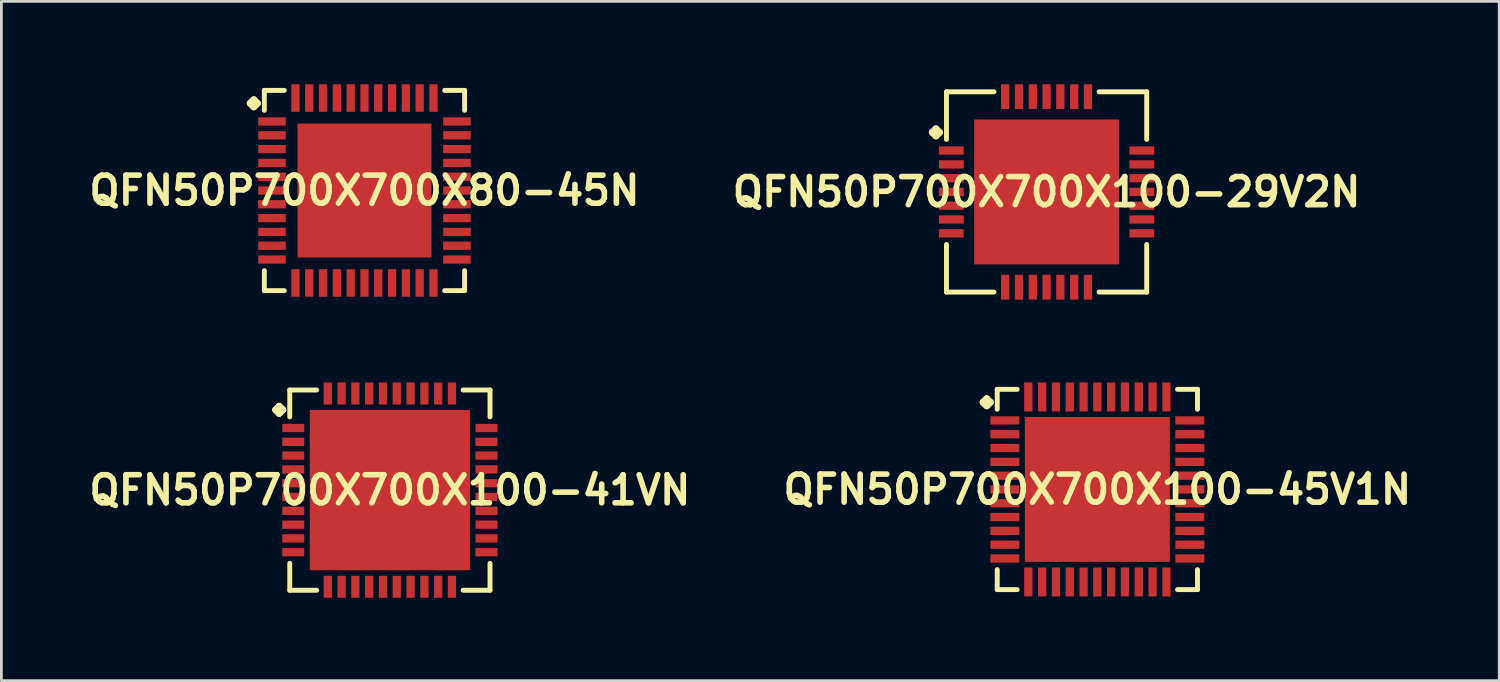
<source format=kicad_pcb>
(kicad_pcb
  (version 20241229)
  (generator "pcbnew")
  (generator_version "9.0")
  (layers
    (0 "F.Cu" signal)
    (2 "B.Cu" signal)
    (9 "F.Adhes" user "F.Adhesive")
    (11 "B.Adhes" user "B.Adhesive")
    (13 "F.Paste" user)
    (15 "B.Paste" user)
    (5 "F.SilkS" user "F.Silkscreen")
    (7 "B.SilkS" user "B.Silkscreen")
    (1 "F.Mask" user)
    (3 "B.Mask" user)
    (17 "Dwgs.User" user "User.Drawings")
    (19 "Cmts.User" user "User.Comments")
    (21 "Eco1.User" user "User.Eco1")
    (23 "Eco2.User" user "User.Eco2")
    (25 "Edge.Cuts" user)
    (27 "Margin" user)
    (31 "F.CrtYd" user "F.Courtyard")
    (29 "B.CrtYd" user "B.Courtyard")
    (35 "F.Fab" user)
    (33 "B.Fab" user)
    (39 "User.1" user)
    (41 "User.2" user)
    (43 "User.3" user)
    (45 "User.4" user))
  (footprint "QFN50P700X700X100-45V1N"
    (layer "F.Cu")
    (at 36.678 14.67)
    (property "Reference" "QFN50P700X700X100-45V1N" (at 0 0 0) (layer "F.SilkS") (effects (font (size 1.016 1.016) (thickness 0.203))))
    (attr smd)
    (fp_line (start -4.133 -3.157) (end -4.006 -3.284) (stroke (width 0.254) (type solid)) (layer "F.SilkS"))
    (fp_line (start -4.006 -3.284) (end -3.879 -3.157) (stroke (width 0.254) (type solid)) (layer "F.SilkS"))
    (fp_line (start -4.006 -3.03) (end -4.133 -3.157) (stroke (width 0.254) (type solid)) (layer "F.SilkS"))
    (fp_line (start -3.879 -3.157) (end -4.006 -3.03) (stroke (width 0.254) (type solid)) (layer "F.SilkS"))
    (fp_line (start -3.625 -3.625) (end -2.903 -3.625) (stroke (width 0.178) (type solid)) (layer "F.SilkS"))
    (fp_line (start -3.625 -2.903) (end -3.625 -3.625) (stroke (width 0.178) (type solid)) (layer "F.SilkS"))
    (fp_line (start -3.625 2.903) (end -3.625 3.625) (stroke (width 0.178) (type solid)) (layer "F.SilkS"))
    (fp_line (start -3.625 3.625) (end -2.903 3.625) (stroke (width 0.178) (type solid)) (layer "F.SilkS"))
    (fp_line (start 2.903 -3.625) (end 3.625 -3.625) (stroke (width 0.178) (type solid)) (layer "F.SilkS"))
    (fp_line (start 2.903 3.625) (end 3.625 3.625) (stroke (width 0.178) (type solid)) (layer "F.SilkS"))
    (fp_line (start 3.625 -3.625) (end 3.625 -2.903) (stroke (width 0.178) (type solid)) (layer "F.SilkS"))
    (fp_line (start 3.625 3.625) (end 3.625 2.903) (stroke (width 0.178) (type solid)) (layer "F.SilkS"))
    (pad "1" smd rect (at -3.348 -2.499) (size 1.049 0.3) (layers "F.Cu" "F.Mask" "F.Paste"))
    (pad "2" smd rect (at -3.348 -1.999) (size 1.049 0.3) (layers "F.Cu" "F.Mask" "F.Paste"))
    (pad "3" smd rect (at -3.348 -1.499) (size 1.049 0.3) (layers "F.Cu" "F.Mask" "F.Paste"))
    (pad "4" smd rect (at -3.348 -0.998) (size 1.049 0.3) (layers "F.Cu" "F.Mask" "F.Paste"))
    (pad "5" smd rect (at -3.348 -0.498) (size 1.049 0.3) (layers "F.Cu" "F.Mask" "F.Paste"))
    (pad "6" smd rect (at -3.348 0) (size 1.049 0.3) (layers "F.Cu" "F.Mask" "F.Paste"))
    (pad "7" smd rect (at -3.348 0.498) (size 1.049 0.3) (layers "F.Cu" "F.Mask" "F.Paste"))
    (pad "8" smd rect (at -3.348 0.998) (size 1.049 0.3) (layers "F.Cu" "F.Mask" "F.Paste"))
    (pad "9" smd rect (at -3.348 1.499) (size 1.049 0.3) (layers "F.Cu" "F.Mask" "F.Paste"))
    (pad "10" smd rect (at -3.348 1.999) (size 1.049 0.3) (layers "F.Cu" "F.Mask" "F.Paste"))
    (pad "11" smd rect (at -3.348 2.499) (size 1.049 0.3) (layers "F.Cu" "F.Mask" "F.Paste"))
    (pad "12" smd rect (at -2.499 3.348) (size 0.3 1.049) (layers "F.Cu" "F.Mask" "F.Paste"))
    (pad "13" smd rect (at -1.999 3.348) (size 0.3 1.049) (layers "F.Cu" "F.Mask" "F.Paste"))
    (pad "14" smd rect (at -1.499 3.348) (size 0.3 1.049) (layers "F.Cu" "F.Mask" "F.Paste"))
    (pad "15" smd rect (at -0.998 3.348) (size 0.3 1.049) (layers "F.Cu" "F.Mask" "F.Paste"))
    (pad "16" smd rect (at -0.498 3.348) (size 0.3 1.049) (layers "F.Cu" "F.Mask" "F.Paste"))
    (pad "17" smd rect (at 0 3.348) (size 0.3 1.049) (layers "F.Cu" "F.Mask" "F.Paste"))
    (pad "18" smd rect (at 0.498 3.348) (size 0.3 1.049) (layers "F.Cu" "F.Mask" "F.Paste"))
    (pad "19" smd rect (at 0.998 3.348) (size 0.3 1.049) (layers "F.Cu" "F.Mask" "F.Paste"))
    (pad "20" smd rect (at 1.499 3.348) (size 0.3 1.049) (layers "F.Cu" "F.Mask" "F.Paste"))
    (pad "21" smd rect (at 1.999 3.348) (size 0.3 1.049) (layers "F.Cu" "F.Mask" "F.Paste"))
    (pad "22" smd rect (at 2.499 3.348) (size 0.3 1.049) (layers "F.Cu" "F.Mask" "F.Paste"))
    (pad "23" smd rect (at 3.348 2.499) (size 1.049 0.3) (layers "F.Cu" "F.Mask" "F.Paste"))
    (pad "24" smd rect (at 3.348 1.999) (size 1.049 0.3) (layers "F.Cu" "F.Mask" "F.Paste"))
    (pad "25" smd rect (at 3.348 1.499) (size 1.049 0.3) (layers "F.Cu" "F.Mask" "F.Paste"))
    (pad "26" smd rect (at 3.348 0.998) (size 1.049 0.3) (layers "F.Cu" "F.Mask" "F.Paste"))
    (pad "27" smd rect (at 3.348 0.498) (size 1.049 0.3) (layers "F.Cu" "F.Mask" "F.Paste"))
    (pad "28" smd rect (at 3.348 0) (size 1.049 0.3) (layers "F.Cu" "F.Mask" "F.Paste"))
    (pad "29" smd rect (at 3.348 -0.498) (size 1.049 0.3) (layers "F.Cu" "F.Mask" "F.Paste"))
    (pad "30" smd rect (at 3.348 -0.998) (size 1.049 0.3) (layers "F.Cu" "F.Mask" "F.Paste"))
    (pad "31" smd rect (at 3.348 -1.499) (size 1.049 0.3) (layers "F.Cu" "F.Mask" "F.Paste"))
    (pad "32" smd rect (at 3.348 -1.999) (size 1.049 0.3) (layers "F.Cu" "F.Mask" "F.Paste"))
    (pad "33" smd rect (at 3.348 -2.499) (size 1.049 0.3) (layers "F.Cu" "F.Mask" "F.Paste"))
    (pad "34" smd rect (at 2.499 -3.348) (size 0.3 1.049) (layers "F.Cu" "F.Mask" "F.Paste"))
    (pad "35" smd rect (at 1.999 -3.348) (size 0.3 1.049) (layers "F.Cu" "F.Mask" "F.Paste"))
    (pad "36" smd rect (at 1.499 -3.348) (size 0.3 1.049) (layers "F.Cu" "F.Mask" "F.Paste"))
    (pad "37" smd rect (at 0.998 -3.348) (size 0.3 1.049) (layers "F.Cu" "F.Mask" "F.Paste"))
    (pad "38" smd rect (at 0.498 -3.348) (size 0.3 1.049) (layers "F.Cu" "F.Mask" "F.Paste"))
    (pad "39" smd rect (at 0 -3.348) (size 0.3 1.049) (layers "F.Cu" "F.Mask" "F.Paste"))
    (pad "40" smd rect (at -0.498 -3.348) (size 0.3 1.049) (layers "F.Cu" "F.Mask" "F.Paste"))
    (pad "41" smd rect (at -0.998 -3.348) (size 0.3 1.049) (layers "F.Cu" "F.Mask" "F.Paste"))
    (pad "42" smd rect (at -1.499 -3.348) (size 0.3 1.049) (layers "F.Cu" "F.Mask" "F.Paste"))
    (pad "43" smd rect (at -1.999 -3.348) (size 0.3 1.049) (layers "F.Cu" "F.Mask" "F.Paste"))
    (pad "44" smd rect (at -2.499 -3.348) (size 0.3 1.049) (layers "F.Cu" "F.Mask" "F.Paste"))
    (pad "45" smd rect (at 0 0) (size 5.248 5.248) (layers "F.Cu" "F.Mask" "F.Paste")))
  (footprint "QFN50P700X700X100-29V2N"
    (layer "F.Cu")
    (at 34.84 3.899)
    (property "Reference" "QFN50P700X700X100-29V2N" (at 0 0 0) (layer "F.SilkS") (effects (font (size 1.016 1.016) (thickness 0.203))))
    (attr smd)
    (fp_line (start -4.133 -2.156) (end -4.006 -2.283) (stroke (width 0.254) (type solid)) (layer "F.SilkS"))
    (fp_line (start -4.006 -2.283) (end -3.879 -2.156) (stroke (width 0.254) (type solid)) (layer "F.SilkS"))
    (fp_line (start -4.006 -2.029) (end -4.133 -2.156) (stroke (width 0.254) (type solid)) (layer "F.SilkS"))
    (fp_line (start -3.879 -2.156) (end -4.006 -2.029) (stroke (width 0.254) (type solid)) (layer "F.SilkS"))
    (fp_line (start -3.625 -3.625) (end -1.902 -3.625) (stroke (width 0.178) (type solid)) (layer "F.SilkS"))
    (fp_line (start -3.625 -1.902) (end -3.625 -3.625) (stroke (width 0.178) (type solid)) (layer "F.SilkS"))
    (fp_line (start -3.625 1.902) (end -3.625 3.625) (stroke (width 0.178) (type solid)) (layer "F.SilkS"))
    (fp_line (start -3.625 3.625) (end -1.902 3.625) (stroke (width 0.178) (type solid)) (layer "F.SilkS"))
    (fp_line (start 1.902 -3.625) (end 3.625 -3.625) (stroke (width 0.178) (type solid)) (layer "F.SilkS"))
    (fp_line (start 1.902 3.625) (end 3.625 3.625) (stroke (width 0.178) (type solid)) (layer "F.SilkS"))
    (fp_line (start 3.625 -3.625) (end 3.625 -1.902) (stroke (width 0.178) (type solid)) (layer "F.SilkS"))
    (fp_line (start 3.625 3.625) (end 3.625 1.902) (stroke (width 0.178) (type solid)) (layer "F.SilkS"))
    (pad "1" smd rect (at -3.449 -1.499) (size 0.899 0.3) (layers "F.Cu" "F.Mask" "F.Paste"))
    (pad "2" smd rect (at -3.449 -0.998) (size 0.899 0.3) (layers "F.Cu" "F.Mask" "F.Paste"))
    (pad "3" smd rect (at -3.449 -0.498) (size 0.899 0.3) (layers "F.Cu" "F.Mask" "F.Paste"))
    (pad "4" smd rect (at -3.449 0) (size 0.899 0.3) (layers "F.Cu" "F.Mask" "F.Paste"))
    (pad "5" smd rect (at -3.449 0.498) (size 0.899 0.3) (layers "F.Cu" "F.Mask" "F.Paste"))
    (pad "6" smd rect (at -3.449 0.998) (size 0.899 0.3) (layers "F.Cu" "F.Mask" "F.Paste"))
    (pad "7" smd rect (at -3.449 1.499) (size 0.899 0.3) (layers "F.Cu" "F.Mask" "F.Paste"))
    (pad "8" smd rect (at -1.499 3.449) (size 0.3 0.899) (layers "F.Cu" "F.Mask" "F.Paste"))
    (pad "9" smd rect (at -0.998 3.449) (size 0.3 0.899) (layers "F.Cu" "F.Mask" "F.Paste"))
    (pad "10" smd rect (at -0.498 3.449) (size 0.3 0.899) (layers "F.Cu" "F.Mask" "F.Paste"))
    (pad "11" smd rect (at 0 3.449) (size 0.3 0.899) (layers "F.Cu" "F.Mask" "F.Paste"))
    (pad "12" smd rect (at 0.498 3.449) (size 0.3 0.899) (layers "F.Cu" "F.Mask" "F.Paste"))
    (pad "13" smd rect (at 0.998 3.449) (size 0.3 0.899) (layers "F.Cu" "F.Mask" "F.Paste"))
    (pad "14" smd rect (at 1.499 3.449) (size 0.3 0.899) (layers "F.Cu" "F.Mask" "F.Paste"))
    (pad "15" smd rect (at 3.449 1.499) (size 0.899 0.3) (layers "F.Cu" "F.Mask" "F.Paste"))
    (pad "16" smd rect (at 3.449 0.998) (size 0.899 0.3) (layers "F.Cu" "F.Mask" "F.Paste"))
    (pad "17" smd rect (at 3.449 0.498) (size 0.899 0.3) (layers "F.Cu" "F.Mask" "F.Paste"))
    (pad "18" smd rect (at 3.449 0) (size 0.899 0.3) (layers "F.Cu" "F.Mask" "F.Paste"))
    (pad "19" smd rect (at 3.449 -0.498) (size 0.899 0.3) (layers "F.Cu" "F.Mask" "F.Paste"))
    (pad "20" smd rect (at 3.449 -0.998) (size 0.899 0.3) (layers "F.Cu" "F.Mask" "F.Paste"))
    (pad "21" smd rect (at 3.449 -1.499) (size 0.899 0.3) (layers "F.Cu" "F.Mask" "F.Paste"))
    (pad "22" smd rect (at 1.499 -3.449) (size 0.3 0.899) (layers "F.Cu" "F.Mask" "F.Paste"))
    (pad "23" smd rect (at 0.998 -3.449) (size 0.3 0.899) (layers "F.Cu" "F.Mask" "F.Paste"))
    (pad "24" smd rect (at 0.498 -3.449) (size 0.3 0.899) (layers "F.Cu" "F.Mask" "F.Paste"))
    (pad "25" smd rect (at 0 -3.449) (size 0.3 0.899) (layers "F.Cu" "F.Mask" "F.Paste"))
    (pad "26" smd rect (at -0.498 -3.449) (size 0.3 0.899) (layers "F.Cu" "F.Mask" "F.Paste"))
    (pad "27" smd rect (at -0.998 -3.449) (size 0.3 0.899) (layers "F.Cu" "F.Mask" "F.Paste"))
    (pad "28" smd rect (at -1.499 -3.449) (size 0.3 0.899) (layers "F.Cu" "F.Mask" "F.Paste"))
    (pad "29" smd rect (at 0 0) (size 5.248 5.248) (layers "F.Cu" "F.Mask" "F.Paste")))
  (footprint "QFN50P700X700X80-45N"
    (layer "F.Cu")
    (at 10.145 3.847)
    (property "Reference" "QFN50P700X700X80-45N" (at 0 0 0) (layer "F.SilkS") (effects (font (size 1.016 1.016) (thickness 0.203))))
    (attr smd)
    (fp_line (start -4.133 -3.157) (end -4.006 -3.284) (stroke (width 0.254) (type solid)) (layer "F.SilkS"))
    (fp_line (start -4.006 -3.284) (end -3.879 -3.157) (stroke (width 0.254) (type solid)) (layer "F.SilkS"))
    (fp_line (start -4.006 -3.03) (end -4.133 -3.157) (stroke (width 0.254) (type solid)) (layer "F.SilkS"))
    (fp_line (start -3.879 -3.157) (end -4.006 -3.03) (stroke (width 0.254) (type solid)) (layer "F.SilkS"))
    (fp_line (start -3.625 -3.625) (end -2.903 -3.625) (stroke (width 0.178) (type solid)) (layer "F.SilkS"))
    (fp_line (start -3.625 -2.903) (end -3.625 -3.625) (stroke (width 0.178) (type solid)) (layer "F.SilkS"))
    (fp_line (start -3.625 2.903) (end -3.625 3.625) (stroke (width 0.178) (type solid)) (layer "F.SilkS"))
    (fp_line (start -3.625 3.625) (end -2.903 3.625) (stroke (width 0.178) (type solid)) (layer "F.SilkS"))
    (fp_line (start 2.903 -3.625) (end 3.625 -3.625) (stroke (width 0.178) (type solid)) (layer "F.SilkS"))
    (fp_line (start 2.903 3.625) (end 3.625 3.625) (stroke (width 0.178) (type solid)) (layer "F.SilkS"))
    (fp_line (start 3.625 -3.625) (end 3.625 -2.903) (stroke (width 0.178) (type solid)) (layer "F.SilkS"))
    (fp_line (start 3.625 3.625) (end 3.625 2.903) (stroke (width 0.178) (type solid)) (layer "F.SilkS"))
    (pad "1" smd rect (at -3.348 -2.499) (size 0.998 0.3) (layers "F.Cu" "F.Mask" "F.Paste"))
    (pad "2" smd rect (at -3.348 -1.999) (size 0.998 0.3) (layers "F.Cu" "F.Mask" "F.Paste"))
    (pad "3" smd rect (at -3.348 -1.499) (size 0.998 0.3) (layers "F.Cu" "F.Mask" "F.Paste"))
    (pad "4" smd rect (at -3.348 -0.998) (size 0.998 0.3) (layers "F.Cu" "F.Mask" "F.Paste"))
    (pad "5" smd rect (at -3.348 -0.498) (size 0.998 0.3) (layers "F.Cu" "F.Mask" "F.Paste"))
    (pad "6" smd rect (at -3.348 0) (size 0.998 0.3) (layers "F.Cu" "F.Mask" "F.Paste"))
    (pad "7" smd rect (at -3.348 0.498) (size 0.998 0.3) (layers "F.Cu" "F.Mask" "F.Paste"))
    (pad "8" smd rect (at -3.348 0.998) (size 0.998 0.3) (layers "F.Cu" "F.Mask" "F.Paste"))
    (pad "9" smd rect (at -3.348 1.499) (size 0.998 0.3) (layers "F.Cu" "F.Mask" "F.Paste"))
    (pad "10" smd rect (at -3.348 1.999) (size 0.998 0.3) (layers "F.Cu" "F.Mask" "F.Paste"))
    (pad "11" smd rect (at -3.348 2.499) (size 0.998 0.3) (layers "F.Cu" "F.Mask" "F.Paste"))
    (pad "12" smd rect (at -2.499 3.348) (size 0.3 0.998) (layers "F.Cu" "F.Mask" "F.Paste"))
    (pad "13" smd rect (at -1.999 3.348) (size 0.3 0.998) (layers "F.Cu" "F.Mask" "F.Paste"))
    (pad "14" smd rect (at -1.499 3.348) (size 0.3 0.998) (layers "F.Cu" "F.Mask" "F.Paste"))
    (pad "15" smd rect (at -0.998 3.348) (size 0.3 0.998) (layers "F.Cu" "F.Mask" "F.Paste"))
    (pad "16" smd rect (at -0.498 3.348) (size 0.3 0.998) (layers "F.Cu" "F.Mask" "F.Paste"))
    (pad "17" smd rect (at 0 3.348) (size 0.3 0.998) (layers "F.Cu" "F.Mask" "F.Paste"))
    (pad "18" smd rect (at 0.498 3.348) (size 0.3 0.998) (layers "F.Cu" "F.Mask" "F.Paste"))
    (pad "19" smd rect (at 0.998 3.348) (size 0.3 0.998) (layers "F.Cu" "F.Mask" "F.Paste"))
    (pad "20" smd rect (at 1.499 3.348) (size 0.3 0.998) (layers "F.Cu" "F.Mask" "F.Paste"))
    (pad "21" smd rect (at 1.999 3.348) (size 0.3 0.998) (layers "F.Cu" "F.Mask" "F.Paste"))
    (pad "22" smd rect (at 2.499 3.348) (size 0.3 0.998) (layers "F.Cu" "F.Mask" "F.Paste"))
    (pad "23" smd rect (at 3.348 2.499) (size 0.998 0.3) (layers "F.Cu" "F.Mask" "F.Paste"))
    (pad "24" smd rect (at 3.348 1.999) (size 0.998 0.3) (layers "F.Cu" "F.Mask" "F.Paste"))
    (pad "25" smd rect (at 3.348 1.499) (size 0.998 0.3) (layers "F.Cu" "F.Mask" "F.Paste"))
    (pad "26" smd rect (at 3.348 0.998) (size 0.998 0.3) (layers "F.Cu" "F.Mask" "F.Paste"))
    (pad "27" smd rect (at 3.348 0.498) (size 0.998 0.3) (layers "F.Cu" "F.Mask" "F.Paste"))
    (pad "28" smd rect (at 3.348 0) (size 0.998 0.3) (layers "F.Cu" "F.Mask" "F.Paste"))
    (pad "29" smd rect (at 3.348 -0.498) (size 0.998 0.3) (layers "F.Cu" "F.Mask" "F.Paste"))
    (pad "30" smd rect (at 3.348 -0.998) (size 0.998 0.3) (layers "F.Cu" "F.Mask" "F.Paste"))
    (pad "31" smd rect (at 3.348 -1.499) (size 0.998 0.3) (layers "F.Cu" "F.Mask" "F.Paste"))
    (pad "32" smd rect (at 3.348 -1.999) (size 0.998 0.3) (layers "F.Cu" "F.Mask" "F.Paste"))
    (pad "33" smd rect (at 3.348 -2.499) (size 0.998 0.3) (layers "F.Cu" "F.Mask" "F.Paste"))
    (pad "34" smd rect (at 2.499 -3.348) (size 0.3 0.998) (layers "F.Cu" "F.Mask" "F.Paste"))
    (pad "35" smd rect (at 1.999 -3.348) (size 0.3 0.998) (layers "F.Cu" "F.Mask" "F.Paste"))
    (pad "36" smd rect (at 1.499 -3.348) (size 0.3 0.998) (layers "F.Cu" "F.Mask" "F.Paste"))
    (pad "37" smd rect (at 0.998 -3.348) (size 0.3 0.998) (layers "F.Cu" "F.Mask" "F.Paste"))
    (pad "38" smd rect (at 0.498 -3.348) (size 0.3 0.998) (layers "F.Cu" "F.Mask" "F.Paste"))
    (pad "39" smd rect (at 0 -3.348) (size 0.3 0.998) (layers "F.Cu" "F.Mask" "F.Paste"))
    (pad "40" smd rect (at -0.498 -3.348) (size 0.3 0.998) (layers "F.Cu" "F.Mask" "F.Paste"))
    (pad "41" smd rect (at -0.998 -3.348) (size 0.3 0.998) (layers "F.Cu" "F.Mask" "F.Paste"))
    (pad "42" smd rect (at -1.499 -3.348) (size 0.3 0.998) (layers "F.Cu" "F.Mask" "F.Paste"))
    (pad "43" smd rect (at -1.999 -3.348) (size 0.3 0.998) (layers "F.Cu" "F.Mask" "F.Paste"))
    (pad "44" smd rect (at -2.499 -3.348) (size 0.3 0.998) (layers "F.Cu" "F.Mask" "F.Paste"))
    (pad "45" smd rect (at 0 0) (size 4.849 4.849) (layers "F.Cu" "F.Mask" "F.Paste")))
  (footprint "QFN50P700X700X100-41VN"
    (layer "F.Cu")
    (at 11.065 14.694)
    (property "Reference" "QFN50P700X700X100-41VN" (at 0 0 0) (layer "F.SilkS") (effects (font (size 1.016 1.016) (thickness 0.203))))
    (attr smd)
    (fp_line (start -4.133 -2.906) (end -4.006 -3.033) (stroke (width 0.254) (type solid)) (layer "F.SilkS"))
    (fp_line (start -4.006 -3.033) (end -3.879 -2.906) (stroke (width 0.254) (type solid)) (layer "F.SilkS"))
    (fp_line (start -4.006 -2.779) (end -4.133 -2.906) (stroke (width 0.254) (type solid)) (layer "F.SilkS"))
    (fp_line (start -3.879 -2.906) (end -4.006 -2.779) (stroke (width 0.254) (type solid)) (layer "F.SilkS"))
    (fp_line (start -3.625 -3.625) (end -2.652 -3.625) (stroke (width 0.178) (type solid)) (layer "F.SilkS"))
    (fp_line (start -3.625 -2.652) (end -3.625 -3.625) (stroke (width 0.178) (type solid)) (layer "F.SilkS"))
    (fp_line (start -3.625 2.652) (end -3.625 3.625) (stroke (width 0.178) (type solid)) (layer "F.SilkS"))
    (fp_line (start -3.625 3.625) (end -2.652 3.625) (stroke (width 0.178) (type solid)) (layer "F.SilkS"))
    (fp_line (start 2.652 -3.625) (end 3.625 -3.625) (stroke (width 0.178) (type solid)) (layer "F.SilkS"))
    (fp_line (start 2.652 3.625) (end 3.625 3.625) (stroke (width 0.178) (type solid)) (layer "F.SilkS"))
    (fp_line (start 3.625 -3.625) (end 3.625 -2.652) (stroke (width 0.178) (type solid)) (layer "F.SilkS"))
    (fp_line (start 3.625 3.625) (end 3.625 2.652) (stroke (width 0.178) (type solid)) (layer "F.SilkS"))
    (pad "1" smd rect (at -3.498 -2.248) (size 0.798 0.3) (layers "F.Cu" "F.Mask" "F.Paste"))
    (pad "2" smd rect (at -3.498 -1.748) (size 0.798 0.3) (layers "F.Cu" "F.Mask" "F.Paste"))
    (pad "3" smd rect (at -3.498 -1.25) (size 0.798 0.3) (layers "F.Cu" "F.Mask" "F.Paste"))
    (pad "4" smd rect (at -3.498 -0.749) (size 0.798 0.3) (layers "F.Cu" "F.Mask" "F.Paste"))
    (pad "5" smd rect (at -3.498 -0.249) (size 0.798 0.3) (layers "F.Cu" "F.Mask" "F.Paste"))
    (pad "6" smd rect (at -3.498 0.249) (size 0.798 0.3) (layers "F.Cu" "F.Mask" "F.Paste"))
    (pad "7" smd rect (at -3.498 0.749) (size 0.798 0.3) (layers "F.Cu" "F.Mask" "F.Paste"))
    (pad "8" smd rect (at -3.498 1.25) (size 0.798 0.3) (layers "F.Cu" "F.Mask" "F.Paste"))
    (pad "9" smd rect (at -3.498 1.748) (size 0.798 0.3) (layers "F.Cu" "F.Mask" "F.Paste"))
    (pad "10" smd rect (at -3.498 2.248) (size 0.798 0.3) (layers "F.Cu" "F.Mask" "F.Paste"))
    (pad "11" smd rect (at -2.248 3.498) (size 0.3 0.798) (layers "F.Cu" "F.Mask" "F.Paste"))
    (pad "12" smd rect (at -1.748 3.498) (size 0.3 0.798) (layers "F.Cu" "F.Mask" "F.Paste"))
    (pad "13" smd rect (at -1.25 3.498) (size 0.3 0.798) (layers "F.Cu" "F.Mask" "F.Paste"))
    (pad "14" smd rect (at -0.749 3.498) (size 0.3 0.798) (layers "F.Cu" "F.Mask" "F.Paste"))
    (pad "15" smd rect (at -0.249 3.498) (size 0.3 0.798) (layers "F.Cu" "F.Mask" "F.Paste"))
    (pad "16" smd rect (at 0.249 3.498) (size 0.3 0.798) (layers "F.Cu" "F.Mask" "F.Paste"))
    (pad "17" smd rect (at 0.749 3.498) (size 0.3 0.798) (layers "F.Cu" "F.Mask" "F.Paste"))
    (pad "18" smd rect (at 1.25 3.498) (size 0.3 0.798) (layers "F.Cu" "F.Mask" "F.Paste"))
    (pad "19" smd rect (at 1.748 3.498) (size 0.3 0.798) (layers "F.Cu" "F.Mask" "F.Paste"))
    (pad "20" smd rect (at 2.248 3.498) (size 0.3 0.798) (layers "F.Cu" "F.Mask" "F.Paste"))
    (pad "21" smd rect (at 3.498 2.248) (size 0.798 0.3) (layers "F.Cu" "F.Mask" "F.Paste"))
    (pad "22" smd rect (at 3.498 1.748) (size 0.798 0.3) (layers "F.Cu" "F.Mask" "F.Paste"))
    (pad "23" smd rect (at 3.498 1.25) (size 0.798 0.3) (layers "F.Cu" "F.Mask" "F.Paste"))
    (pad "24" smd rect (at 3.498 0.749) (size 0.798 0.3) (layers "F.Cu" "F.Mask" "F.Paste"))
    (pad "25" smd rect (at 3.498 0.249) (size 0.798 0.3) (layers "F.Cu" "F.Mask" "F.Paste"))
    (pad "26" smd rect (at 3.498 -0.249) (size 0.798 0.3) (layers "F.Cu" "F.Mask" "F.Paste"))
    (pad "27" smd rect (at 3.498 -0.749) (size 0.798 0.3) (layers "F.Cu" "F.Mask" "F.Paste"))
    (pad "28" smd rect (at 3.498 -1.25) (size 0.798 0.3) (layers "F.Cu" "F.Mask" "F.Paste"))
    (pad "29" smd rect (at 3.498 -1.748) (size 0.798 0.3) (layers "F.Cu" "F.Mask" "F.Paste"))
    (pad "30" smd rect (at 3.498 -2.248) (size 0.798 0.3) (layers "F.Cu" "F.Mask" "F.Paste"))
    (pad "31" smd rect (at 2.248 -3.498) (size 0.3 0.798) (layers "F.Cu" "F.Mask" "F.Paste"))
    (pad "32" smd rect (at 1.748 -3.498) (size 0.3 0.798) (layers "F.Cu" "F.Mask" "F.Paste"))
    (pad "33" smd rect (at 1.25 -3.498) (size 0.3 0.798) (layers "F.Cu" "F.Mask" "F.Paste"))
    (pad "34" smd rect (at 0.749 -3.498) (size 0.3 0.798) (layers "F.Cu" "F.Mask" "F.Paste"))
    (pad "35" smd rect (at 0.249 -3.498) (size 0.3 0.798) (layers "F.Cu" "F.Mask" "F.Paste"))
    (pad "36" smd rect (at -0.249 -3.498) (size 0.3 0.798) (layers "F.Cu" "F.Mask" "F.Paste"))
    (pad "37" smd rect (at -0.749 -3.498) (size 0.3 0.798) (layers "F.Cu" "F.Mask" "F.Paste"))
    (pad "38" smd rect (at -1.25 -3.498) (size 0.3 0.798) (layers "F.Cu" "F.Mask" "F.Paste"))
    (pad "39" smd rect (at -1.748 -3.498) (size 0.3 0.798) (layers "F.Cu" "F.Mask" "F.Paste"))
    (pad "40" smd rect (at -2.248 -3.498) (size 0.3 0.798) (layers "F.Cu" "F.Mask" "F.Paste"))
    (pad "41" smd rect (at 0 0) (size 5.799 5.799) (layers "F.Cu" "F.Mask" "F.Paste")))
  (gr_rect
    (start -3 -3)
    (end 51.227 21.591)
    (stroke (width 0.1) (type default))
    (fill no)
    (layer "Edge.Cuts")))
</source>
